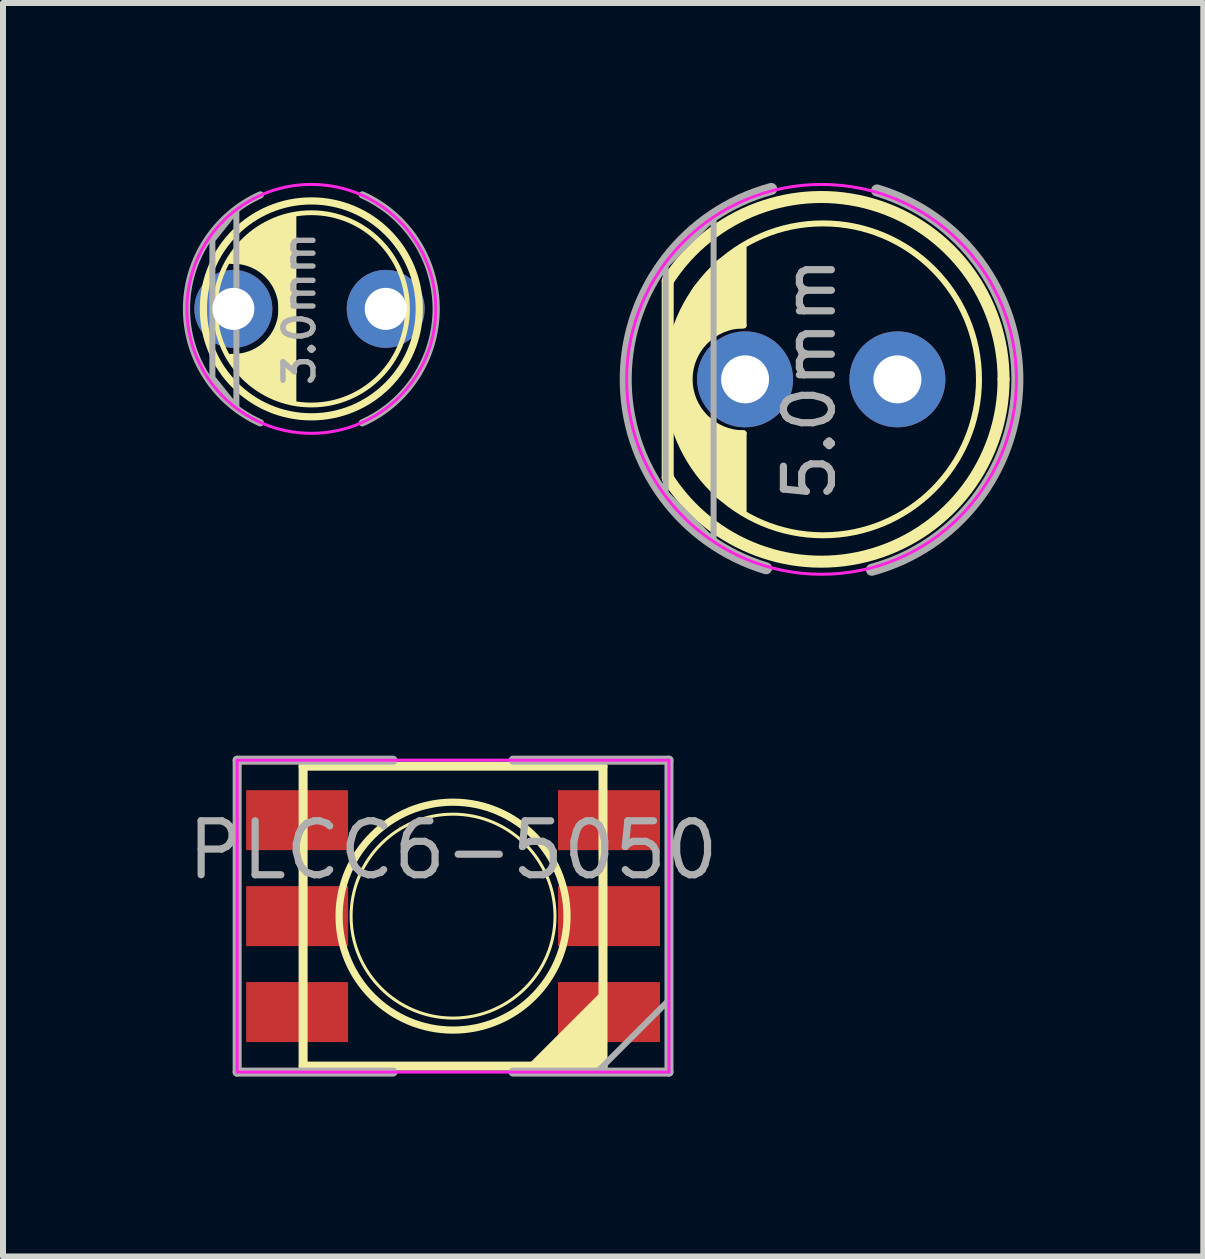
<source format=kicad_pcb>
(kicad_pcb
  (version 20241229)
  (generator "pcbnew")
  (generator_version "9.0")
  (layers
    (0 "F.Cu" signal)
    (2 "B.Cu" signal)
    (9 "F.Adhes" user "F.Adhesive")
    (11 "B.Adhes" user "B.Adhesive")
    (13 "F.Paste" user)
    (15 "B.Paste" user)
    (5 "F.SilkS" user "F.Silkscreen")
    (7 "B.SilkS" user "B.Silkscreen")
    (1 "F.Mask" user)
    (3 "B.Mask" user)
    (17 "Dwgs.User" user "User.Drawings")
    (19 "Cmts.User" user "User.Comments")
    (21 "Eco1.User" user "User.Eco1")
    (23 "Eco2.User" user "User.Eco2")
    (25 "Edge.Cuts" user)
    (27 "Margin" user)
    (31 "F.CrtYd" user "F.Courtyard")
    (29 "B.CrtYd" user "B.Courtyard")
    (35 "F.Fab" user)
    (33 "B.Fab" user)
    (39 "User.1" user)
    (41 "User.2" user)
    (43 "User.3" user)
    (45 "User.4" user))
  (footprint "3.0mm"
    (layer "F.Cu")
    (at 2.141 2.1)
    (property "Reference" "3.0mm" (at -0.2 0 90) (layer "F.Fab") (effects (font (size 0.5 0.5) (thickness 0.09))))
    (attr through_hole)
    (fp_arc (start -1.35 -0.8) (mid -0.498439 0) (end -1.35 0.8) (stroke (width 0.1) (type solid)) (layer "F.SilkS"))
    (fp_circle (center 0 0) (end 1.603 0) (stroke (width 0.08) (type solid)) (fill no) (layer "F.SilkS"))
    (fp_circle (center 0 0) (end 1.8 0) (stroke (width 0.12) (type solid)) (fill no) (layer "F.SilkS"))
    (fp_poly (pts (xy -0.3 1.55) (xy -0.9 1.3) (xy -1.3 0.9) (xy -1.3 0.8) (xy -1 0.8) (xy -0.7 0.6) (xy -0.5 0.3) (xy -0.5 -0.3) (xy -0.7 -0.6) (xy -1 -0.8) (xy -1.3 -0.8) (xy -1.3 -0.9) (xy -0.9 -1.3) (xy -0.3 -1.55)) (stroke (width 0.1) (type solid)) (fill yes) (layer "F.SilkS"))
    (fp_circle (center 0 0) (end 2.075 0) (stroke (width 0.05) (type solid)) (fill no) (layer "F.CrtYd"))
    (fp_arc (start -0.85 1.9) (mid -2.081466 0) (end -0.85 -1.9) (stroke (width 0.12) (type solid)) (layer "F.Fab"))
    (fp_arc (start 0.85 -1.9) (mid 2.081466 0) (end 0.85 1.9) (stroke (width 0.12) (type solid)) (layer "F.Fab"))
    (fp_poly (pts (xy -1.25 1.65) (xy -1.65 1.15) (xy -1.65 -1.15) (xy -1.25 -1.65)) (stroke (width 0.1) (type solid)) (fill no) (layer "F.Fab"))
    (pad "1" thru_hole circle (at -1.3 0) (size 1.3 1.3) (drill 0.7) (layers "*.Cu" "*.Mask"))
    (pad "2" thru_hole circle (at 1.24 0) (size 1.3 1.3) (drill 0.7) (layers "*.Cu" "*.Mask")))
  (footprint "PLCC6-5050"
    (layer "F.Cu")
    (at 4.504 12.225)
    (property "Reference" "PLCC6-5050" (at 0 -1.1 0) (layer "F.Fab") (effects (font (size 0.9 0.9) (thickness 0.12))))
    (attr smd)
    (fp_line (start -2.5 -2.5) (end 2.5 -2.5) (stroke (width 0.15) (type solid)) (layer "F.SilkS"))
    (fp_line (start -2.5 2.5) (end -2.5 -2.5) (stroke (width 0.15) (type solid)) (layer "F.SilkS"))
    (fp_line (start -2.5 2.5) (end 2.5 2.5) (stroke (width 0.15) (type solid)) (layer "F.SilkS"))
    (fp_line (start 2.5 2.5) (end 2.5 -2.5) (stroke (width 0.15) (type solid)) (layer "F.SilkS"))
    (fp_circle (center 0 0) (end 1.7 0) (stroke (width 0.05) (type solid)) (fill no) (layer "F.SilkS"))
    (fp_circle (center 0 0) (end 1.9 0) (stroke (width 0.12) (type solid)) (fill no) (layer "F.SilkS"))
    (fp_poly (pts (xy 1.3 2.5) (xy 2.5 1.3) (xy 2.5 2.5)) (stroke (width 0.1) (type solid)) (fill yes) (layer "F.SilkS"))
    (fp_line (start -3.6 -2.6) (end 3.6 -2.6) (stroke (width 0.05) (type solid)) (layer "F.CrtYd"))
    (fp_line (start -3.6 2.6) (end -3.6 -2.6) (stroke (width 0.05) (type solid)) (layer "F.CrtYd"))
    (fp_line (start -3.6 2.6) (end 3.6 2.6) (stroke (width 0.05) (type solid)) (layer "F.CrtYd"))
    (fp_line (start 3.6 2.6) (end 3.6 -2.6) (stroke (width 0.05) (type solid)) (layer "F.CrtYd"))
    (fp_line (start -3.6 -2.6) (end -3.6 2.6) (stroke (width 0.15) (type solid)) (layer "F.Fab"))
    (fp_line (start -1 -2.6) (end -3.6 -2.6) (stroke (width 0.15) (type solid)) (layer "F.Fab"))
    (fp_line (start -1 2.6) (end -3.6 2.6) (stroke (width 0.15) (type solid)) (layer "F.Fab"))
    (fp_line (start 3.6 -2.6) (end 1 -2.6) (stroke (width 0.15) (type solid)) (layer "F.Fab"))
    (fp_line (start 3.6 -2.6) (end 3.6 2.6) (stroke (width 0.15) (type solid)) (layer "F.Fab"))
    (fp_line (start 3.6 2.6) (end 1 2.6) (stroke (width 0.15) (type solid)) (layer "F.Fab"))
    (fp_poly (pts (xy 2.4 2.6) (xy 3.6 1.4) (xy 3.6 2.6)) (stroke (width 0.1) (type solid)) (fill no) (layer "F.Fab"))
    (pad "1" smd rect (at -2.6 -1.6) (size 1.7 1) (layers "F.Cu" "F.Mask" "F.Paste"))
    (pad "2" smd rect (at 2.6 -1.6) (size 1.7 1) (layers "F.Cu" "F.Mask" "F.Paste"))
    (pad "3" smd rect (at -2.6 0) (size 1.7 1) (layers "F.Cu" "F.Mask" "F.Paste"))
    (pad "4" smd rect (at 2.6 0) (size 1.7 1) (layers "F.Cu" "F.Mask" "F.Paste"))
    (pad "5" smd rect (at -2.6 1.6) (size 1.7 1) (layers "F.Cu" "F.Mask" "F.Paste"))
    (pad "6" smd rect (at 2.6 1.6) (size 1.7 1) (layers "F.Cu" "F.Mask" "F.Paste")))
  (footprint "5.0mm"
    (layer "F.Cu")
    (at 10.648 3.275)
    (property "Reference" "5.0mm" (at -0.2 0 90) (layer "F.Fab") (effects (font (size 0.8 0.8) (thickness 0.12))))
    (attr through_hole)
    (fp_line (start -2.565 -1.64) (end -2.565 1.64) (stroke (width 0.2) (type solid)) (layer "F.SilkS"))
    (fp_arc (start -2.565 -1.639512) (mid 0.850106 -2.917258) (end 3.034999 0.001958) (stroke (width 0.2) (type solid)) (layer "F.SilkS"))
    (fp_arc (start -1.3 0.9) (mid -2.2 0) (end -1.3 -0.9) (stroke (width 0.1) (type solid)) (layer "F.SilkS"))
    (fp_arc (start 3.034999 -0.001958) (mid 0.850106 2.917258) (end -2.565 1.639512) (stroke (width 0.2) (type solid)) (layer "F.SilkS"))
    (fp_circle (center 0.025 0) (end 1.025 2.4) (stroke (width 0.1) (type solid)) (fill no) (layer "F.SilkS"))
    (fp_poly (pts (xy -1.3 -0.9) (xy -1.45 -0.9) (xy -1.75 -0.85) (xy -2.1 -0.55) (xy -2.25 -0.15) (xy -2.25 0.2) (xy -2.05 0.6) (xy -1.65 0.9) (xy -1.3 0.9) (xy -1.3 2.2) (xy -1.7 1.95) (xy -2.15 1.4) (xy -2.55 0.6) (xy -2.55 -0.55) (xy -2.1 -1.5) (xy -1.7 -1.95) (xy -1.3 -2.2)) (stroke (width 0.1) (type solid)) (fill yes) (layer "F.SilkS"))
    (fp_circle (center 0 0) (end 3.25 0) (stroke (width 0.05) (type solid)) (fill no) (layer "F.CrtYd"))
    (fp_arc (start -0.925 3.15) (mid -3.26483 -0.044941) (end -0.8386 -3.174775) (stroke (width 0.2) (type solid)) (layer "F.Fab"))
    (fp_arc (start 0.925 -3.15) (mid 3.26483 0.044941) (end 0.8386 3.174775) (stroke (width 0.2) (type solid)) (layer "F.Fab"))
    (fp_poly (pts (xy -1.8 2.7) (xy -2.6 1.9) (xy -2.6 -1.9) (xy -1.8 -2.7)) (stroke (width 0.1) (type solid)) (fill no) (layer "F.Fab"))
    (pad "1" thru_hole circle (at -1.275 0) (size 1.6 1.6) (drill 0.8) (layers "*.Cu" "*.Mask"))
    (pad "2" thru_hole circle (at 1.265 0) (size 1.6 1.6) (drill 0.8) (layers "*.Cu" "*.Mask")))
  (gr_rect
    (start -3 -3)
    (end 17.013 17.9)
    (stroke (width 0.1) (type default))
    (fill no)
    (layer "Edge.Cuts")))
</source>
